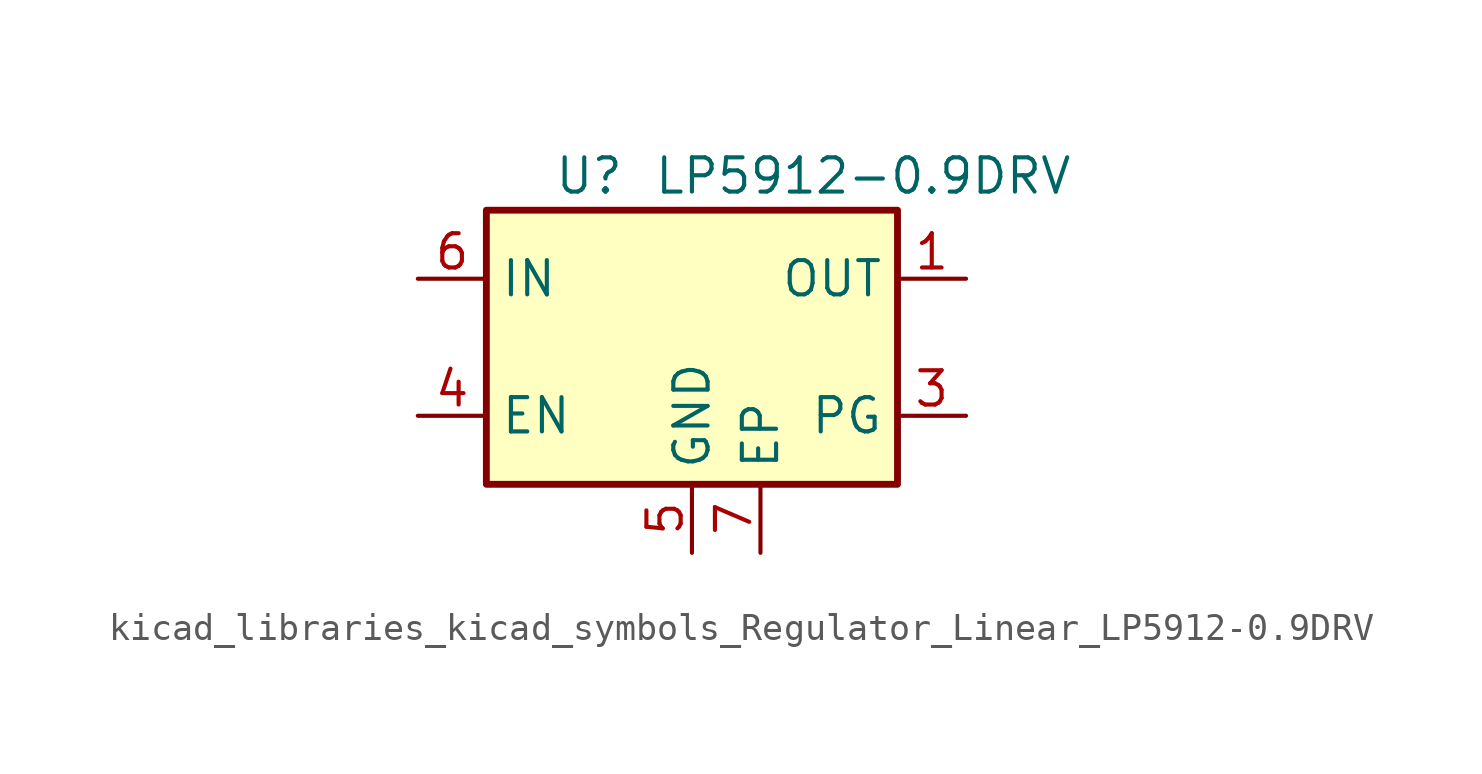
<source format=kicad_sym>
(kicad_symbol_lib
  (version 20220914)
  (generator kicad_symbol_editor)
  (symbol "kicad_libraries_kicad_symbols_Regulator_Linear_LP5912-0.9DRV"
    (property "Reference" "U"
      (at -3.81 6.35 0)
      (effects (font (size 1.27 1.27))))
    (property "Value" "LP5912-0.9DRV"
      (at 6.35 6.35 0)
      (effects (font (size 1.27 1.27))))
    (symbol "kicad_libraries_kicad_symbols_Regulator_Linear_LP5912-0.9DRV_0_1"
      (rectangle (start -7.62 -5.08) (end 7.62 5.08) (stroke (width 0.254) (type default)) (fill (type background)))
      (pin power_out line (at 10.16 2.54 180) (length 2.54) (name "OUT" (effects (font (size 1.27 1.27)))) (number "1" (effects (font (size 1.27 1.27)))))
      (pin no_connect line (at 7.62 0 180) (length 2.54) hide (name "NC" (effects (font (size 1.27 1.27)))) (number "2" (effects (font (size 1.27 1.27)))))
      (pin input line (at -10.16 -2.54 0) (length 2.54) (name "EN" (effects (font (size 1.27 1.27)))) (number "4" (effects (font (size 1.27 1.27)))))
      (pin power_in line (at 0 -7.62 90) (length 2.54) (name "GND" (effects (font (size 1.27 1.27)))) (number "5" (effects (font (size 1.27 1.27)))))
      (pin power_in line (at -10.16 2.54 0) (length 2.54) (name "IN" (effects (font (size 1.27 1.27)))) (number "6" (effects (font (size 1.27 1.27))))))
    (symbol "kicad_libraries_kicad_symbols_Regulator_Linear_LP5912-0.9DRV_1_1"
      (pin open_collector line (at 10.16 -2.54 180) (length 2.54) (name "PG" (effects (font (size 1.27 1.27)))) (number "3" (effects (font (size 1.27 1.27)))))
      (pin passive line (at 2.54 -7.62 90) (length 2.54) (name "EP" (effects (font (size 1.27 1.27)))) (number "7" (effects (font (size 1.27 1.27))))))))
</source>
